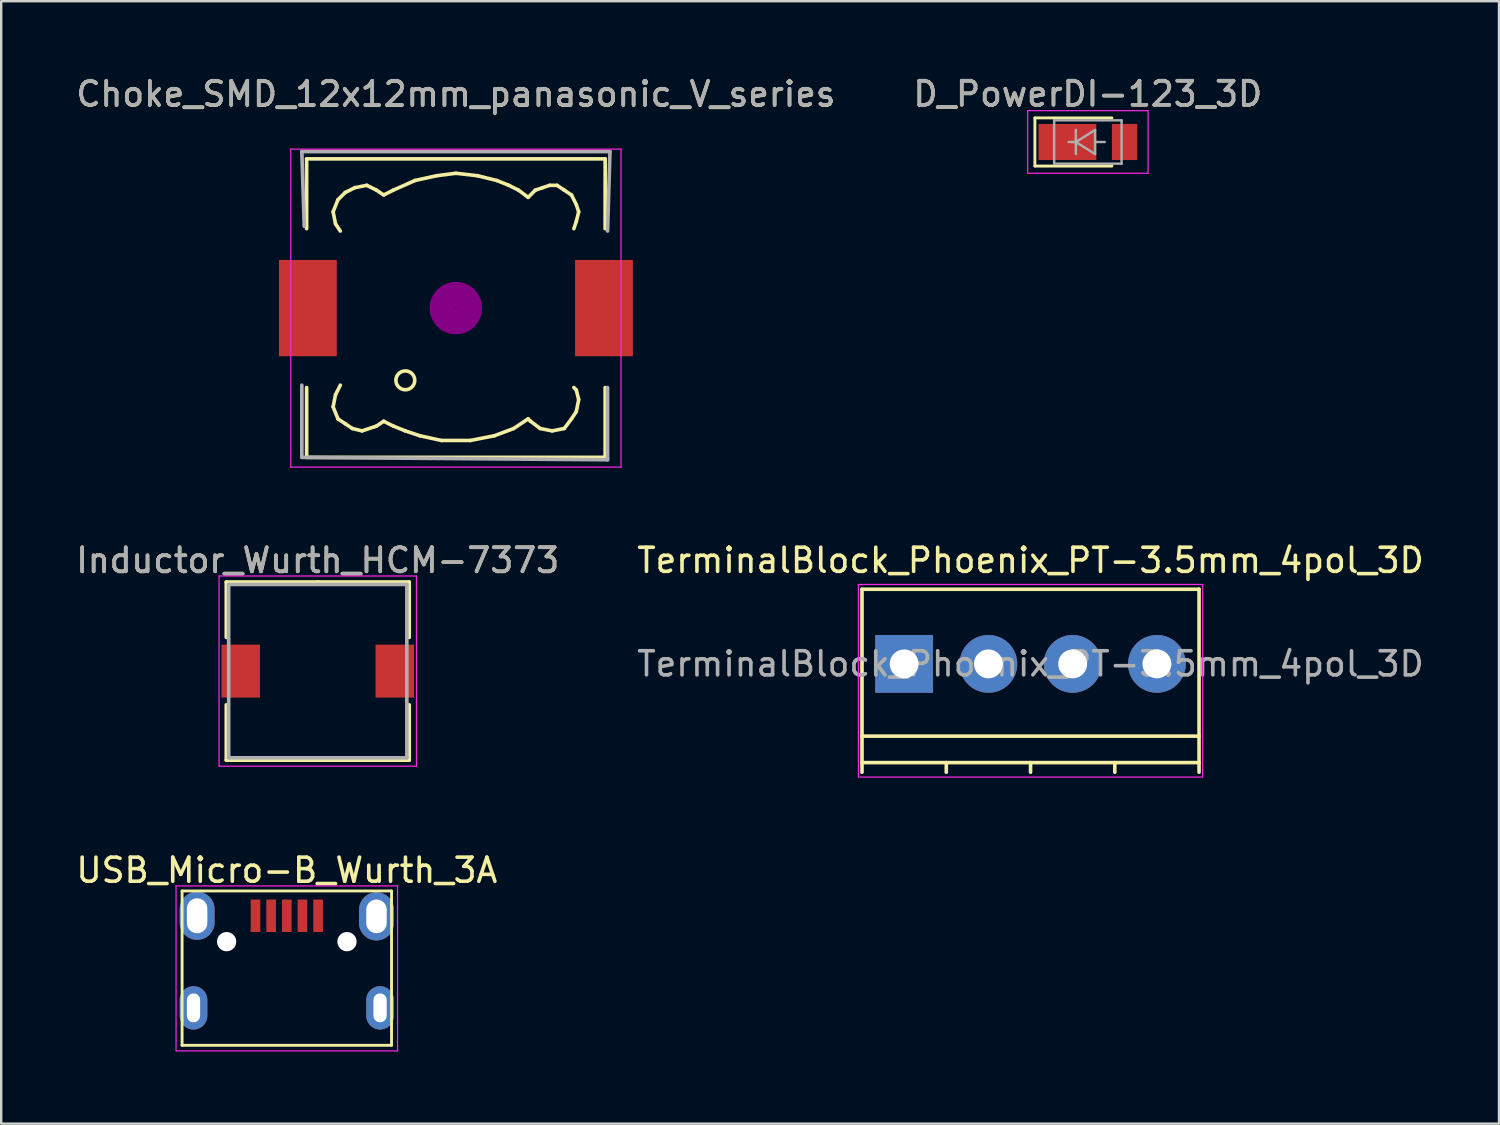
<source format=kicad_pcb>
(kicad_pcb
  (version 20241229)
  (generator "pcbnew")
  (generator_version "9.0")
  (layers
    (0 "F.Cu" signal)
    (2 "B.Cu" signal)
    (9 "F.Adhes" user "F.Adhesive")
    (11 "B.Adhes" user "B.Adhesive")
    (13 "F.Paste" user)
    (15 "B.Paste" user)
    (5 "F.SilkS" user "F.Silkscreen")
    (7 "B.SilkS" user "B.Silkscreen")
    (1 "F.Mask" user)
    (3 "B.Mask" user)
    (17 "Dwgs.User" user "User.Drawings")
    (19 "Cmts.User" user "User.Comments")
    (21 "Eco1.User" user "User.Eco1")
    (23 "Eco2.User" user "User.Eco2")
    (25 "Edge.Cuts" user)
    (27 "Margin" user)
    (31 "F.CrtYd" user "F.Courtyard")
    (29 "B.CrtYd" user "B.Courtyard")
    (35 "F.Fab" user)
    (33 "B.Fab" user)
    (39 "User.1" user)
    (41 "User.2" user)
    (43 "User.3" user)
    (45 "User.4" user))
  (footprint "Inductor_Wurth_HCM-7373"
    (layer "F.Cu")
    (at 10.149 24.826)
    (property "Reference" "Inductor_Wurth_HCM-7373" (at 0 -4.6 0) (layer "F.SilkS") (effects (font (size 1 1) (thickness 0.15))))
    (attr smd)
    (fp_line (start -3.8 -3.7) (end 0 -3.7) (stroke (width 0.15) (type solid)) (layer "F.SilkS"))
    (fp_line (start -3.8 -1.4) (end -3.8 -3.7) (stroke (width 0.15) (type solid)) (layer "F.SilkS"))
    (fp_line (start -3.8 1.4) (end -3.8 3.7) (stroke (width 0.15) (type solid)) (layer "F.SilkS"))
    (fp_line (start -3.8 3.7) (end 0 3.7) (stroke (width 0.15) (type solid)) (layer "F.SilkS"))
    (fp_line (start 3.8 -3.7) (end 0 -3.7) (stroke (width 0.15) (type solid)) (layer "F.SilkS"))
    (fp_line (start 3.8 -1.4) (end 3.8 -3.7) (stroke (width 0.15) (type solid)) (layer "F.SilkS"))
    (fp_line (start 3.8 1.4) (end 3.8 3.7) (stroke (width 0.15) (type solid)) (layer "F.SilkS"))
    (fp_line (start 3.8 3.7) (end 0 3.7) (stroke (width 0.15) (type solid)) (layer "F.SilkS"))
    (fp_line (start -4.1 -3.95) (end -4.1 3.95) (stroke (width 0.05) (type solid)) (layer "F.CrtYd"))
    (fp_line (start -4.1 3.95) (end 4.1 3.95) (stroke (width 0.05) (type solid)) (layer "F.CrtYd"))
    (fp_line (start 4.1 -3.95) (end -4.1 -3.95) (stroke (width 0.05) (type solid)) (layer "F.CrtYd"))
    (fp_line (start 4.1 3.95) (end 4.1 -3.95) (stroke (width 0.05) (type solid)) (layer "F.CrtYd"))
    (fp_line (start -3.7 -3.6) (end -3.7 3.6) (stroke (width 0.15) (type solid)) (layer "F.Fab"))
    (fp_line (start -3.7 3.6) (end 3.7 3.6) (stroke (width 0.15) (type solid)) (layer "F.Fab"))
    (fp_line (start 3.7 -3.6) (end -3.7 -3.6) (stroke (width 0.15) (type solid)) (layer "F.Fab"))
    (fp_line (start 3.7 3.6) (end 3.7 -3.6) (stroke (width 0.15) (type solid)) (layer "F.Fab"))
    (fp_text user "${REFERENCE}" (at 0 -4.6 0) (layer "F.Fab") (effects (font (size 1 1) (thickness 0.15))))
    (pad "1" smd rect (at -3.2 0) (size 1.6 2.2) (layers "F.Cu" "F.Mask" "F.Paste"))
    (pad "2" smd rect (at 3.2 0) (size 1.6 2.2) (layers "F.Cu" "F.Mask" "F.Paste")))
  (footprint "D_PowerDI-123_3D"
    (layer "F.Cu")
    (at 42.137 2.848)
    (property "Reference" "D_PowerDI-123_3D" (at 0 -2 0) (layer "F.SilkS") (effects (font (size 1 1) (thickness 0.15))))
    (attr smd)
    (fp_line (start -2.2 1) (end -2.2 -1) (stroke (width 0.12) (type solid)) (layer "F.SilkS"))
    (fp_line (start -2.2 1) (end 1 1) (stroke (width 0.12) (type solid)) (layer "F.SilkS"))
    (fp_line (start 1 -1) (end -2.2 -1) (stroke (width 0.12) (type solid)) (layer "F.SilkS"))
    (fp_line (start -2.5 -1.3) (end 2.5 -1.3) (stroke (width 0.05) (type solid)) (layer "F.CrtYd"))
    (fp_line (start -2.5 1.3) (end -2.5 -1.3) (stroke (width 0.05) (type solid)) (layer "F.CrtYd"))
    (fp_line (start 2.5 -1.3) (end 2.5 1.3) (stroke (width 0.05) (type solid)) (layer "F.CrtYd"))
    (fp_line (start 2.5 1.3) (end -2.5 1.3) (stroke (width 0.05) (type solid)) (layer "F.CrtYd"))
    (fp_line (start -1.4 -0.9) (end 1.4 -0.9) (stroke (width 0.1) (type solid)) (layer "F.Fab"))
    (fp_line (start -1.4 0.9) (end -1.4 -0.9) (stroke (width 0.1) (type solid)) (layer "F.Fab"))
    (fp_line (start -0.8 0) (end -0.5 0) (stroke (width 0.1) (type solid)) (layer "F.Fab"))
    (fp_line (start -0.5 0) (end -0.5 -0.5) (stroke (width 0.1) (type solid)) (layer "F.Fab"))
    (fp_line (start -0.5 0) (end -0.5 0.5) (stroke (width 0.1) (type solid)) (layer "F.Fab"))
    (fp_line (start -0.5 0) (end 0.3 0.5) (stroke (width 0.1) (type solid)) (layer "F.Fab"))
    (fp_line (start 0.3 -0.5) (end -0.5 0) (stroke (width 0.1) (type solid)) (layer "F.Fab"))
    (fp_line (start 0.3 0) (end 0.7 0) (stroke (width 0.1) (type solid)) (layer "F.Fab"))
    (fp_line (start 0.3 0.5) (end 0.3 -0.5) (stroke (width 0.1) (type solid)) (layer "F.Fab"))
    (fp_line (start 1.4 -0.9) (end 1.4 0.9) (stroke (width 0.1) (type solid)) (layer "F.Fab"))
    (fp_line (start 1.4 0.9) (end -1.4 0.9) (stroke (width 0.1) (type solid)) (layer "F.Fab"))
    (fp_text user "${REFERENCE}" (at 0 -2 0) (layer "F.Fab") (effects (font (size 1 1) (thickness 0.15))))
    (pad "1" smd rect (at -0.85 0 180) (size 2.4 1.5) (layers "F.Cu" "F.Mask" "F.Paste"))
    (pad "2" smd rect (at 1.525 0 180) (size 1.05 1.5) (layers "F.Cu" "F.Mask" "F.Paste")))
  (footprint "TerminalBlock_Phoenix_PT-3.5mm_4pol_3D"
    (layer "F.Cu")
    (at 34.506 24.526)
    (property "Reference" "TerminalBlock_Phoenix_PT-3.5mm_4pol_3D" (at 5.25 -4.3 0) (layer "F.SilkS") (effects (font (size 1 1) (thickness 0.15))))
    (attr through_hole)
    (fp_line (start -1.75 -3.1) (end -1.75 4.5) (stroke (width 0.15) (type solid)) (layer "F.SilkS"))
    (fp_line (start -1.75 3) (end 12.25 3) (stroke (width 0.15) (type solid)) (layer "F.SilkS"))
    (fp_line (start -1.75 4.1) (end 12.25 4.1) (stroke (width 0.15) (type solid)) (layer "F.SilkS"))
    (fp_line (start 1.75 4.1) (end 1.75 4.5) (stroke (width 0.15) (type solid)) (layer "F.SilkS"))
    (fp_line (start 5.25 4.1) (end 5.25 4.5) (stroke (width 0.15) (type solid)) (layer "F.SilkS"))
    (fp_line (start 8.75 4.1) (end 8.75 4.5) (stroke (width 0.15) (type solid)) (layer "F.SilkS"))
    (fp_line (start 12.25 -3.1) (end -1.75 -3.1) (stroke (width 0.15) (type solid)) (layer "F.SilkS"))
    (fp_line (start 12.25 4.5) (end 12.25 -3.1) (stroke (width 0.15) (type solid)) (layer "F.SilkS"))
    (fp_line (start -1.9 -3.3) (end 12.4 -3.3) (stroke (width 0.05) (type solid)) (layer "F.CrtYd"))
    (fp_line (start -1.9 4.7) (end -1.9 -3.3) (stroke (width 0.05) (type solid)) (layer "F.CrtYd"))
    (fp_line (start 12.4 -3.3) (end 12.4 4.7) (stroke (width 0.05) (type solid)) (layer "F.CrtYd"))
    (fp_line (start 12.4 4.7) (end -1.9 4.7) (stroke (width 0.05) (type solid)) (layer "F.CrtYd"))
    (fp_text user "${REFERENCE}" (at 5.25 0 0) (layer "F.Fab") (effects (font (size 1 1) (thickness 0.15))))
    (pad "1" thru_hole rect (at 0 0) (size 2.4 2.4) (drill 1.2) (layers "*.Cu" "*.Mask"))
    (pad "2" thru_hole circle (at 3.5 0) (size 2.4 2.4) (drill 1.2) (layers "*.Cu" "*.Mask"))
    (pad "3" thru_hole circle (at 7 0) (size 2.4 2.4) (drill 1.2) (layers "*.Cu" "*.Mask"))
    (pad "4" thru_hole circle (at 10.5 0) (size 2.4 2.4) (drill 1.2) (layers "*.Cu" "*.Mask")))
  (footprint "Choke_SMD_12x12mm_panasonic_V_series"
    (layer "F.Cu")
    (at 15.887 9.748)
    (property "Reference" "Choke_SMD_12x12mm_panasonic_V_series" (at 0 -8.89 0) (layer "F.SilkS") (effects (font (size 1 1) (thickness 0.15))))
    (attr smd)
    (fp_line (start -6.2 -6.2) (end -6.2 -3.299) (stroke (width 0.15) (type solid)) (layer "F.SilkS"))
    (fp_line (start -6.2 3.299) (end -6.2 6.2) (stroke (width 0.15) (type solid)) (layer "F.SilkS"))
    (fp_line (start -6.2 6.2) (end 6.2 6.2) (stroke (width 0.15) (type solid)) (layer "F.SilkS"))
    (fp_line (start -5.1 -4) (end -5.001 -3.5) (stroke (width 0.15) (type solid)) (layer "F.SilkS"))
    (fp_line (start -5.1 4.1) (end -5.001 3.599) (stroke (width 0.15) (type solid)) (layer "F.SilkS"))
    (fp_line (start -5.001 -3.5) (end -4.801 -3.2) (stroke (width 0.15) (type solid)) (layer "F.SilkS"))
    (fp_line (start -5.001 3.599) (end -4.801 3.2) (stroke (width 0.15) (type solid)) (layer "F.SilkS"))
    (fp_line (start -4.9 -4.501) (end -5.1 -4) (stroke (width 0.15) (type solid)) (layer "F.SilkS"))
    (fp_line (start -4.9 4.6) (end -5.1 4.1) (stroke (width 0.15) (type solid)) (layer "F.SilkS"))
    (fp_line (start -4.6 -4.801) (end -4.9 -4.501) (stroke (width 0.15) (type solid)) (layer "F.SilkS"))
    (fp_line (start -4.6 4.801) (end -4.9 4.6) (stroke (width 0.15) (type solid)) (layer "F.SilkS"))
    (fp_line (start -4.3 5.001) (end -4.6 4.801) (stroke (width 0.15) (type solid)) (layer "F.SilkS"))
    (fp_line (start -4.201 -5.001) (end -4.6 -4.801) (stroke (width 0.15) (type solid)) (layer "F.SilkS"))
    (fp_line (start -3.899 5.1) (end -4.3 5.001) (stroke (width 0.15) (type solid)) (layer "F.SilkS"))
    (fp_line (start -3.701 -5.1) (end -4.201 -5.001) (stroke (width 0.15) (type solid)) (layer "F.SilkS"))
    (fp_line (start -3.299 -4.9) (end -3.701 -5.1) (stroke (width 0.15) (type solid)) (layer "F.SilkS"))
    (fp_line (start -3.299 4.9) (end -3.899 5.1) (stroke (width 0.15) (type solid)) (layer "F.SilkS"))
    (fp_line (start -3 -4.699) (end -3.299 -4.9) (stroke (width 0.15) (type solid)) (layer "F.SilkS"))
    (fp_line (start -3 4.699) (end -3.299 4.9) (stroke (width 0.15) (type solid)) (layer "F.SilkS"))
    (fp_line (start -2.601 -4.9) (end -3 -4.699) (stroke (width 0.15) (type solid)) (layer "F.SilkS"))
    (fp_line (start -2.601 4.9) (end -3 4.699) (stroke (width 0.15) (type solid)) (layer "F.SilkS"))
    (fp_line (start -2.101 5.1) (end -2.601 4.9) (stroke (width 0.15) (type solid)) (layer "F.SilkS"))
    (fp_line (start -1.699 -5.301) (end -2.601 -4.9) (stroke (width 0.15) (type solid)) (layer "F.SilkS"))
    (fp_line (start -1.501 5.301) (end -2.101 5.1) (stroke (width 0.15) (type solid)) (layer "F.SilkS"))
    (fp_line (start -0.8 -5.499) (end -1.699 -5.301) (stroke (width 0.15) (type solid)) (layer "F.SilkS"))
    (fp_line (start -0.599 5.499) (end -1.501 5.301) (stroke (width 0.15) (type solid)) (layer "F.SilkS"))
    (fp_line (start 0 -5.601) (end -0.8 -5.499) (stroke (width 0.15) (type solid)) (layer "F.SilkS"))
    (fp_line (start 0.599 5.499) (end -0.599 5.499) (stroke (width 0.15) (type solid)) (layer "F.SilkS"))
    (fp_line (start 0.899 -5.499) (end 0 -5.601) (stroke (width 0.15) (type solid)) (layer "F.SilkS"))
    (fp_line (start 1.6 5.301) (end 0.599 5.499) (stroke (width 0.15) (type solid)) (layer "F.SilkS"))
    (fp_line (start 1.699 -5.301) (end 0.899 -5.499) (stroke (width 0.15) (type solid)) (layer "F.SilkS"))
    (fp_line (start 2.2 -5.1) (end 1.699 -5.301) (stroke (width 0.15) (type solid)) (layer "F.SilkS"))
    (fp_line (start 2.4 5.001) (end 1.6 5.301) (stroke (width 0.15) (type solid)) (layer "F.SilkS"))
    (fp_line (start 2.601 -4.9) (end 2.2 -5.1) (stroke (width 0.15) (type solid)) (layer "F.SilkS"))
    (fp_line (start 3 -4.6) (end 2.601 -4.9) (stroke (width 0.15) (type solid)) (layer "F.SilkS"))
    (fp_line (start 3 4.6) (end 2.4 5.001) (stroke (width 0.15) (type solid)) (layer "F.SilkS"))
    (fp_line (start 3.099 4.699) (end 3 4.6) (stroke (width 0.15) (type solid)) (layer "F.SilkS"))
    (fp_line (start 3.299 -4.9) (end 3 -4.6) (stroke (width 0.15) (type solid)) (layer "F.SilkS"))
    (fp_line (start 3.5 5.001) (end 3.099 4.699) (stroke (width 0.15) (type solid)) (layer "F.SilkS"))
    (fp_line (start 3.599 -5.001) (end 3.299 -4.9) (stroke (width 0.15) (type solid)) (layer "F.SilkS"))
    (fp_line (start 3.899 -5.1) (end 3.599 -5.001) (stroke (width 0.15) (type solid)) (layer "F.SilkS"))
    (fp_line (start 4 5.1) (end 3.5 5.001) (stroke (width 0.15) (type solid)) (layer "F.SilkS"))
    (fp_line (start 4.201 -5.1) (end 3.899 -5.1) (stroke (width 0.15) (type solid)) (layer "F.SilkS"))
    (fp_line (start 4.501 -4.9) (end 4.201 -5.1) (stroke (width 0.15) (type solid)) (layer "F.SilkS"))
    (fp_line (start 4.501 5.001) (end 4 5.1) (stroke (width 0.15) (type solid)) (layer "F.SilkS"))
    (fp_line (start 4.801 -4.699) (end 4.501 -4.9) (stroke (width 0.15) (type solid)) (layer "F.SilkS"))
    (fp_line (start 4.801 4.6) (end 4.501 5.001) (stroke (width 0.15) (type solid)) (layer "F.SilkS"))
    (fp_line (start 4.9 -3.299) (end 5.001 -3.599) (stroke (width 0.15) (type solid)) (layer "F.SilkS"))
    (fp_line (start 4.9 3.299) (end 5.001 3.401) (stroke (width 0.15) (type solid)) (layer "F.SilkS"))
    (fp_line (start 5.001 -4.3) (end 4.801 -4.699) (stroke (width 0.15) (type solid)) (layer "F.SilkS"))
    (fp_line (start 5.001 -3.599) (end 5.1 -4) (stroke (width 0.15) (type solid)) (layer "F.SilkS"))
    (fp_line (start 5.001 3.401) (end 5.1 3.8) (stroke (width 0.15) (type solid)) (layer "F.SilkS"))
    (fp_line (start 5.001 4.3) (end 4.801 4.6) (stroke (width 0.15) (type solid)) (layer "F.SilkS"))
    (fp_line (start 5.1 -4) (end 5.001 -4.3) (stroke (width 0.15) (type solid)) (layer "F.SilkS"))
    (fp_line (start 5.1 3.8) (end 5.001 4.3) (stroke (width 0.15) (type solid)) (layer "F.SilkS"))
    (fp_line (start 6.2 -6.2) (end -6.2 -6.2) (stroke (width 0.15) (type solid)) (layer "F.SilkS"))
    (fp_line (start 6.2 -6.2) (end 6.2 -3.299) (stroke (width 0.15) (type solid)) (layer "F.SilkS"))
    (fp_line (start 6.2 6.2) (end 6.2 3.299) (stroke (width 0.15) (type solid)) (layer "F.SilkS"))
    (fp_circle (center -2.101 3) (end -1.801 3.251) (stroke (width 0.15) (type solid)) (fill no) (layer "F.SilkS"))
    (fp_circle (center 0 0) (end 0.15 0.15) (stroke (width 0.381) (type solid)) (fill no) (layer "F.Adhes"))
    (fp_circle (center 0 0) (end 0.551 0) (stroke (width 0.381) (type solid)) (fill no) (layer "F.Adhes"))
    (fp_circle (center 0 0) (end 0.899 0) (stroke (width 0.381) (type solid)) (fill no) (layer "F.Adhes"))
    (fp_line (start -6.858 -6.604) (end 6.858 -6.604) (stroke (width 0.05) (type solid)) (layer "F.CrtYd"))
    (fp_line (start -6.858 6.604) (end -6.858 -6.604) (stroke (width 0.05) (type solid)) (layer "F.CrtYd"))
    (fp_line (start 6.858 -6.604) (end 6.858 6.604) (stroke (width 0.05) (type solid)) (layer "F.CrtYd"))
    (fp_line (start 6.858 6.604) (end -6.858 6.604) (stroke (width 0.05) (type solid)) (layer "F.CrtYd"))
    (fp_line (start -6.4 -6.5) (end 6.4 -6.5) (stroke (width 0.15) (type solid)) (layer "F.Fab"))
    (fp_line (start -6.4 6.2) (end -6.4 3.2) (stroke (width 0.15) (type solid)) (layer "F.Fab"))
    (fp_line (start -6.3 -3.4) (end -6.4 -6.5) (stroke (width 0.15) (type solid)) (layer "F.Fab"))
    (fp_line (start 6.3 3.3) (end 6.3 6.3) (stroke (width 0.15) (type solid)) (layer "F.Fab"))
    (fp_line (start 6.3 6.3) (end -6.4 6.2) (stroke (width 0.15) (type solid)) (layer "F.Fab"))
    (fp_line (start 6.4 -6.5) (end 6.3 -3.2) (stroke (width 0.15) (type solid)) (layer "F.Fab"))
    (fp_text user "${REFERENCE}" (at 0 -8.9 0) (layer "F.Fab") (effects (font (size 1 1) (thickness 0.15))))
    (pad "1" smd rect (at -6.15 0) (size 2.4 4) (layers "F.Cu" "F.Mask" "F.Paste"))
    (pad "2" smd rect (at 6.15 0) (size 2.4 4) (layers "F.Cu" "F.Mask" "F.Paste")))
  (footprint "USB_Micro-B_Wurth_3A"
    (layer "F.Cu")
    (at 8.863 36.339)
    (property "Reference" "USB_Micro-B_Wurth_3A" (at 0 -3.24 0) (layer "F.SilkS") (effects (font (size 1 1) (thickness 0.15))))
    (attr smd)
    (fp_line (start -4.35 -2.38) (end 4.35 -2.38) (stroke (width 0.12) (type solid)) (layer "F.SilkS"))
    (fp_line (start -4.35 4.03) (end -4.35 -2.38) (stroke (width 0.12) (type solid)) (layer "F.SilkS"))
    (fp_line (start -4.35 4.03) (end 4.35 4.03) (stroke (width 0.12) (type solid)) (layer "F.SilkS"))
    (fp_line (start 4.35 -2.38) (end 4.35 4.03) (stroke (width 0.12) (type solid)) (layer "F.SilkS"))
    (fp_line (start -4.6 -2.59) (end 4.6 -2.59) (stroke (width 0.05) (type solid)) (layer "F.CrtYd"))
    (fp_line (start -4.6 4.26) (end -4.6 -2.59) (stroke (width 0.05) (type solid)) (layer "F.CrtYd"))
    (fp_line (start 4.6 -2.59) (end 4.6 4.26) (stroke (width 0.05) (type solid)) (layer "F.CrtYd"))
    (fp_line (start 4.6 4.26) (end -4.6 4.26) (stroke (width 0.05) (type solid)) (layer "F.CrtYd"))
    (pad "" np_thru_hole circle (at -2.5 -0.275) (size 0.8 0.8) (drill 0.8) (layers "*.Cu"))
    (pad "" np_thru_hole circle (at 2.5 -0.275) (size 0.8 0.8) (drill 0.8) (layers "*.Cu"))
    (pad "1" smd rect (at -1.3 -1.35 90) (size 1.35 0.4) (layers "F.Cu" "F.Mask" "F.Paste"))
    (pad "2" smd rect (at -0.65 -1.35 90) (size 1.35 0.4) (layers "F.Cu" "F.Mask" "F.Paste"))
    (pad "3" smd rect (at 0 -1.35 90) (size 1.35 0.4) (layers "F.Cu" "F.Mask" "F.Paste"))
    (pad "4" smd rect (at 0.65 -1.35 90) (size 1.35 0.4) (layers "F.Cu" "F.Mask" "F.Paste"))
    (pad "5" smd rect (at 1.3 -1.35 90) (size 1.35 0.4) (layers "F.Cu" "F.Mask" "F.Paste"))
    (pad "6" thru_hole oval (at -3.875 2.475 90) (size 1.8 1.15) (drill oval 1.2 0.55) (layers "*.Cu" "*.Mask"))
    (pad "6" thru_hole oval (at -3.725 -1.35 90) (size 2 1.45) (drill oval 1.45 0.85) (layers "*.Cu" "*.Mask"))
    (pad "6" thru_hole oval (at 3.725 -1.325 90) (size 2 1.45) (drill oval 1.4 0.85) (layers "*.Cu" "*.Mask"))
    (pad "6" thru_hole oval (at 3.875 2.475 90) (size 1.8 1.15) (drill oval 1.2 0.55) (layers "*.Cu" "*.Mask")))
  (gr_rect
    (start -3 -3)
    (end 59.214 43.624)
    (stroke (width 0.1) (type default))
    (fill no)
    (layer "Edge.Cuts")))
</source>
